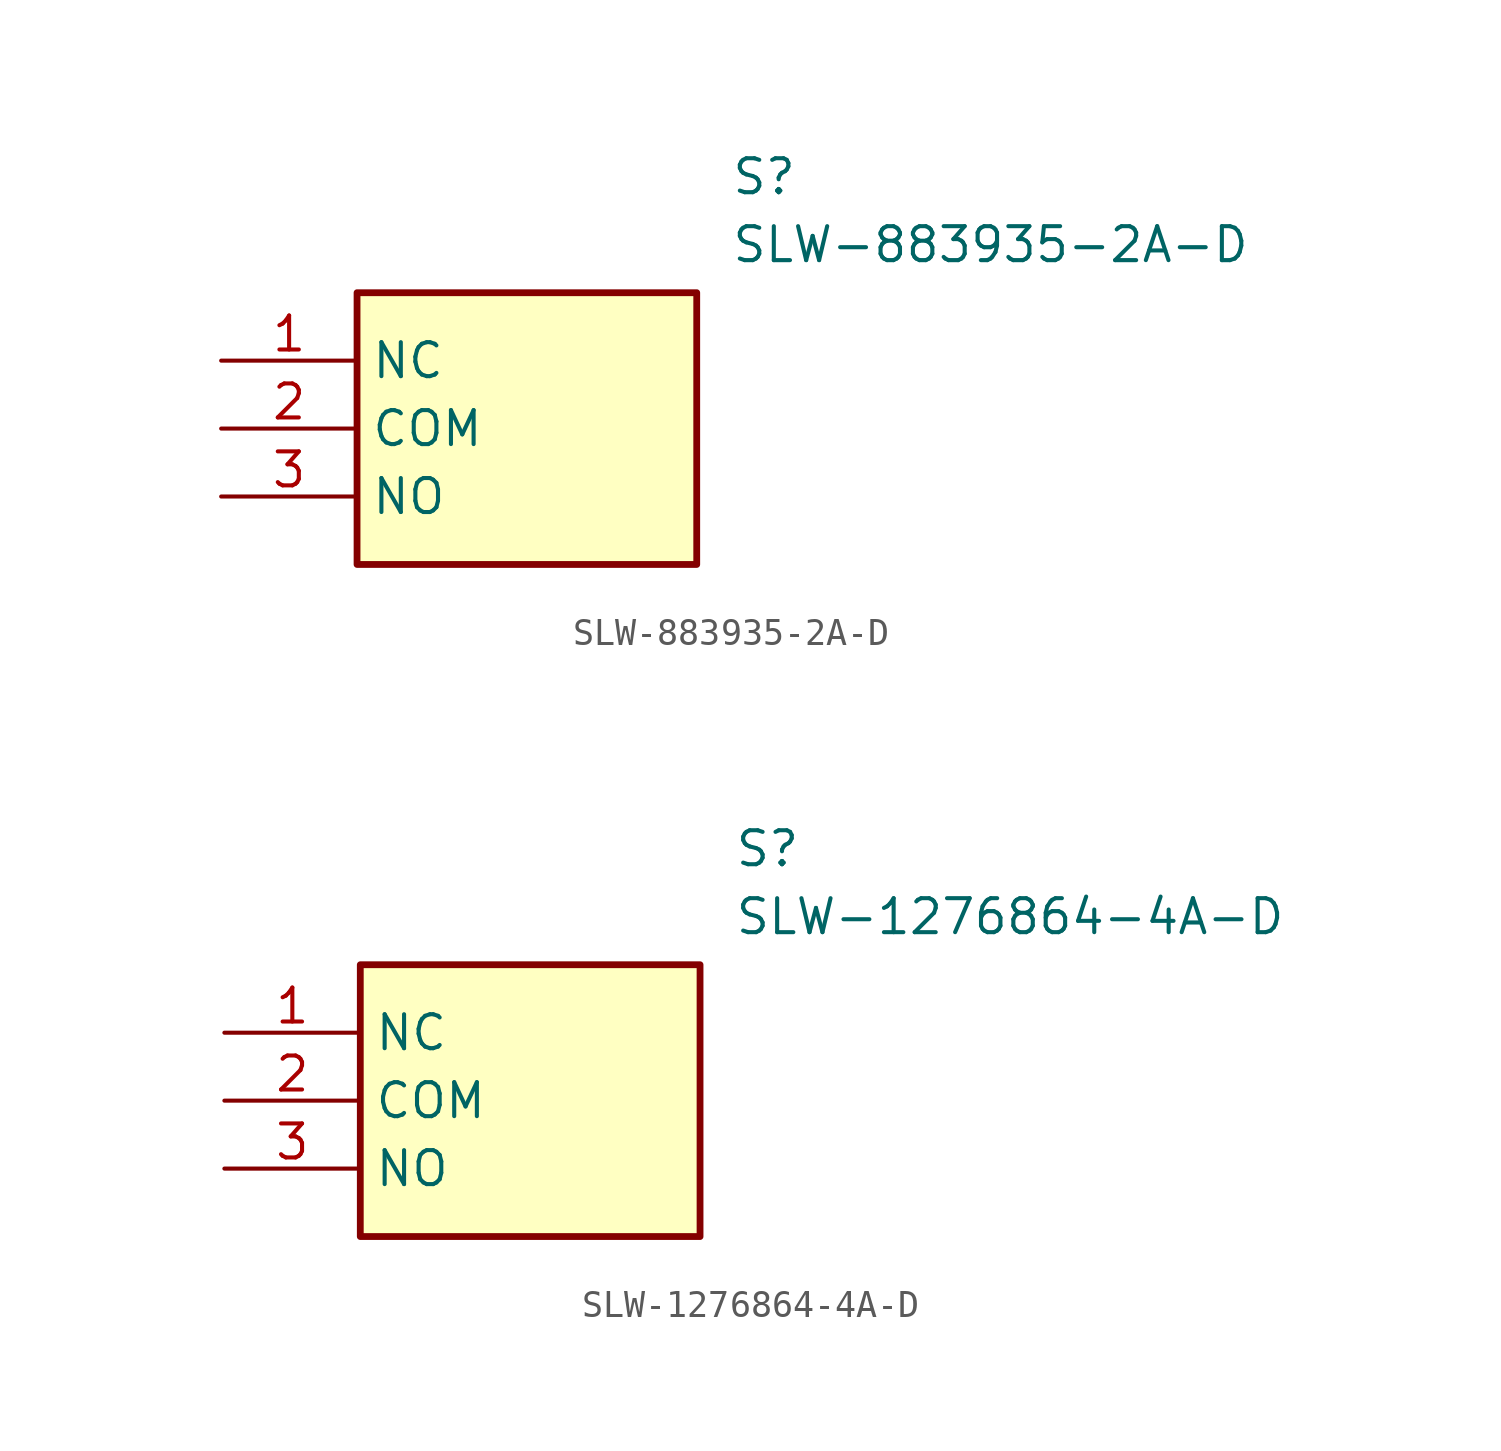
<source format=kicad_sym>
(kicad_symbol_lib
  (version 20231120)
  (generator "kicad_symbol_editor")
  (generator_version "8.0")
  (symbol "SLW-883935-2A-D"
    (property "Reference" "S"
      (at 19.05 7.62 0)
      (effects (font (size 1.27 1.27)) (justify left top)))
    (property "Value" "SLW-883935-2A-D"
      (at 19.05 5.08 0)
      (effects (font (size 1.27 1.27)) (justify left top)))
    (symbol "SLW-883935-2A-D_1_1"
      (rectangle (start 5.08 2.54) (end 17.78 -7.62) (stroke (width 0.254) (type default)) (fill (type background)))
      (pin passive line (at 0 0 0) (length 5.08) (name "NC" (effects (font (size 1.27 1.27)))) (number "1" (effects (font (size 1.27 1.27)))))
      (pin passive line (at 0 -2.54 0) (length 5.08) (name "COM" (effects (font (size 1.27 1.27)))) (number "2" (effects (font (size 1.27 1.27)))))
      (pin passive line (at 0 -5.08 0) (length 5.08) (name "NO" (effects (font (size 1.27 1.27)))) (number "3" (effects (font (size 1.27 1.27)))))))
  (symbol "SLW-1276864-4A-D"
    (property "Reference" "S"
      (at 19.05 7.62 0)
      (effects (font (size 1.27 1.27)) (justify left top)))
    (property "Value" "SLW-1276864-4A-D"
      (at 19.05 5.08 0)
      (effects (font (size 1.27 1.27)) (justify left top)))
    (symbol "SLW-1276864-4A-D_1_1"
      (rectangle (start 5.08 2.54) (end 17.78 -7.62) (stroke (width 0.254) (type default)) (fill (type background)))
      (pin passive line (at 0 0 0) (length 5.08) (name "NC" (effects (font (size 1.27 1.27)))) (number "1" (effects (font (size 1.27 1.27)))))
      (pin passive line (at 0 -2.54 0) (length 5.08) (name "COM" (effects (font (size 1.27 1.27)))) (number "2" (effects (font (size 1.27 1.27)))))
      (pin passive line (at 0 -5.08 0) (length 5.08) (name "NO" (effects (font (size 1.27 1.27)))) (number "3" (effects (font (size 1.27 1.27))))))))
</source>
